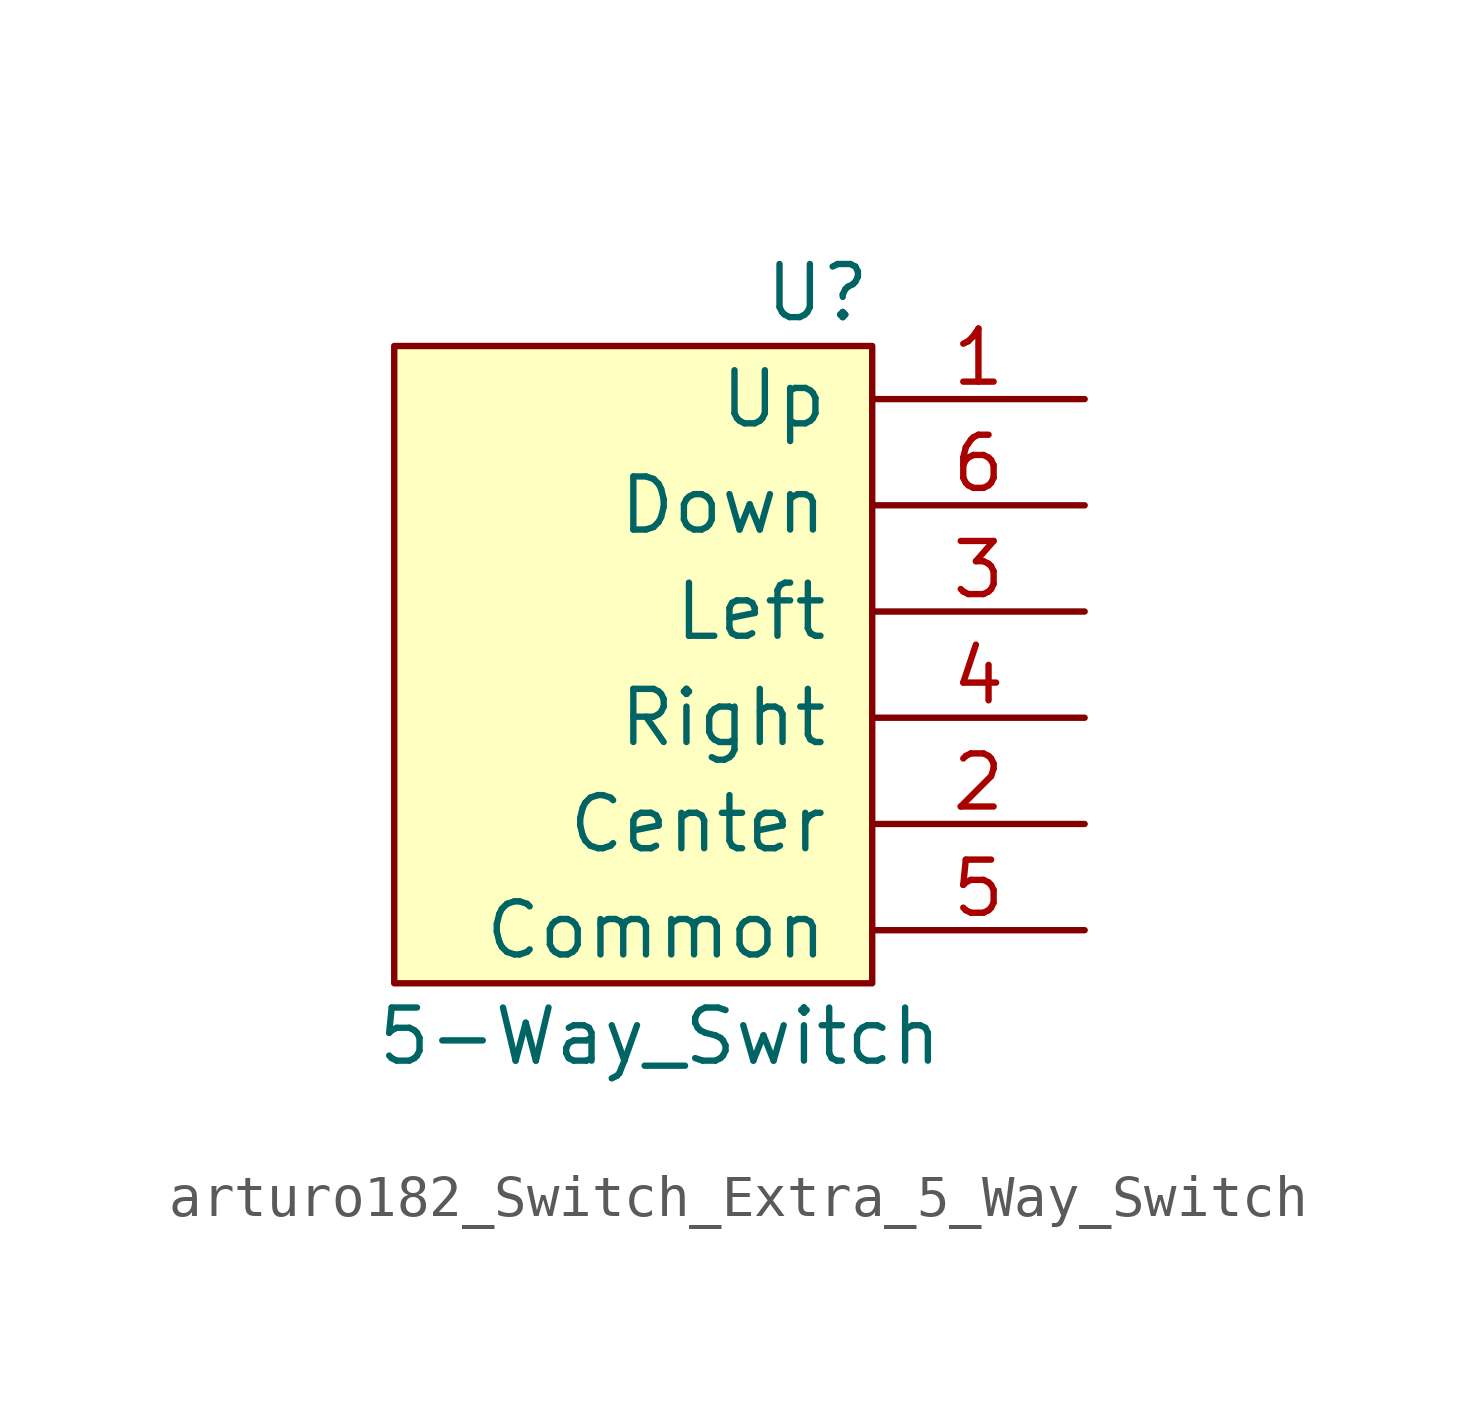
<source format=kicad_sym>
(kicad_symbol_lib
  (version 20220914)
  (generator kicad_symbol_editor)
  (symbol "arturo182_Switch_Extra_5_Way_Switch"
    (pin_names
      (offset 1.016))
    (property "Reference" "U"
      (at 5.08 10.16 0)
      (effects (font (size 1.27 1.27)) (justify right)))
    (property "Value" "5-Way_Switch"
      (at 0 -7.62 0)
      (effects (font (size 1.27 1.27))))
    (symbol "arturo182_Switch_Extra_5_Way_Switch_0_1"
      (rectangle (start 5.08 8.89) (end -6.35 -6.35) (stroke (width 0) (type default) (color 0 0 0 0)) (fill (type background))))
    (symbol "arturo182_Switch_Extra_5_Way_Switch_1_1"
      (pin output line (at 10.16 7.62 180) (length 5.08) (name "Up" (effects (font (size 1.27 1.27)))) (number "1" (effects (font (size 1.27 1.27)))))
      (pin output line (at 10.16 -2.54 180) (length 5.08) (name "Center" (effects (font (size 1.27 1.27)))) (number "2" (effects (font (size 1.27 1.27)))))
      (pin output line (at 10.16 2.54 180) (length 5.08) (name "Left" (effects (font (size 1.27 1.27)))) (number "3" (effects (font (size 1.27 1.27)))))
      (pin output line (at 10.16 0 180) (length 5.08) (name "Right" (effects (font (size 1.27 1.27)))) (number "4" (effects (font (size 1.27 1.27)))))
      (pin input line (at 10.16 -5.08 180) (length 5.08) (name "Common" (effects (font (size 1.27 1.27)))) (number "5" (effects (font (size 1.27 1.27)))))
      (pin output line (at 10.16 5.08 180) (length 5.08) (name "Down" (effects (font (size 1.27 1.27)))) (number "6" (effects (font (size 1.27 1.27)))))
      (pin input line (at 10.16 -5.08 180) (length 5.08) hide (name "SHIELD" (effects (font (size 1.27 1.27)))) (number "SHIELD" (effects (font (size 1.27 1.27))))))))
</source>
